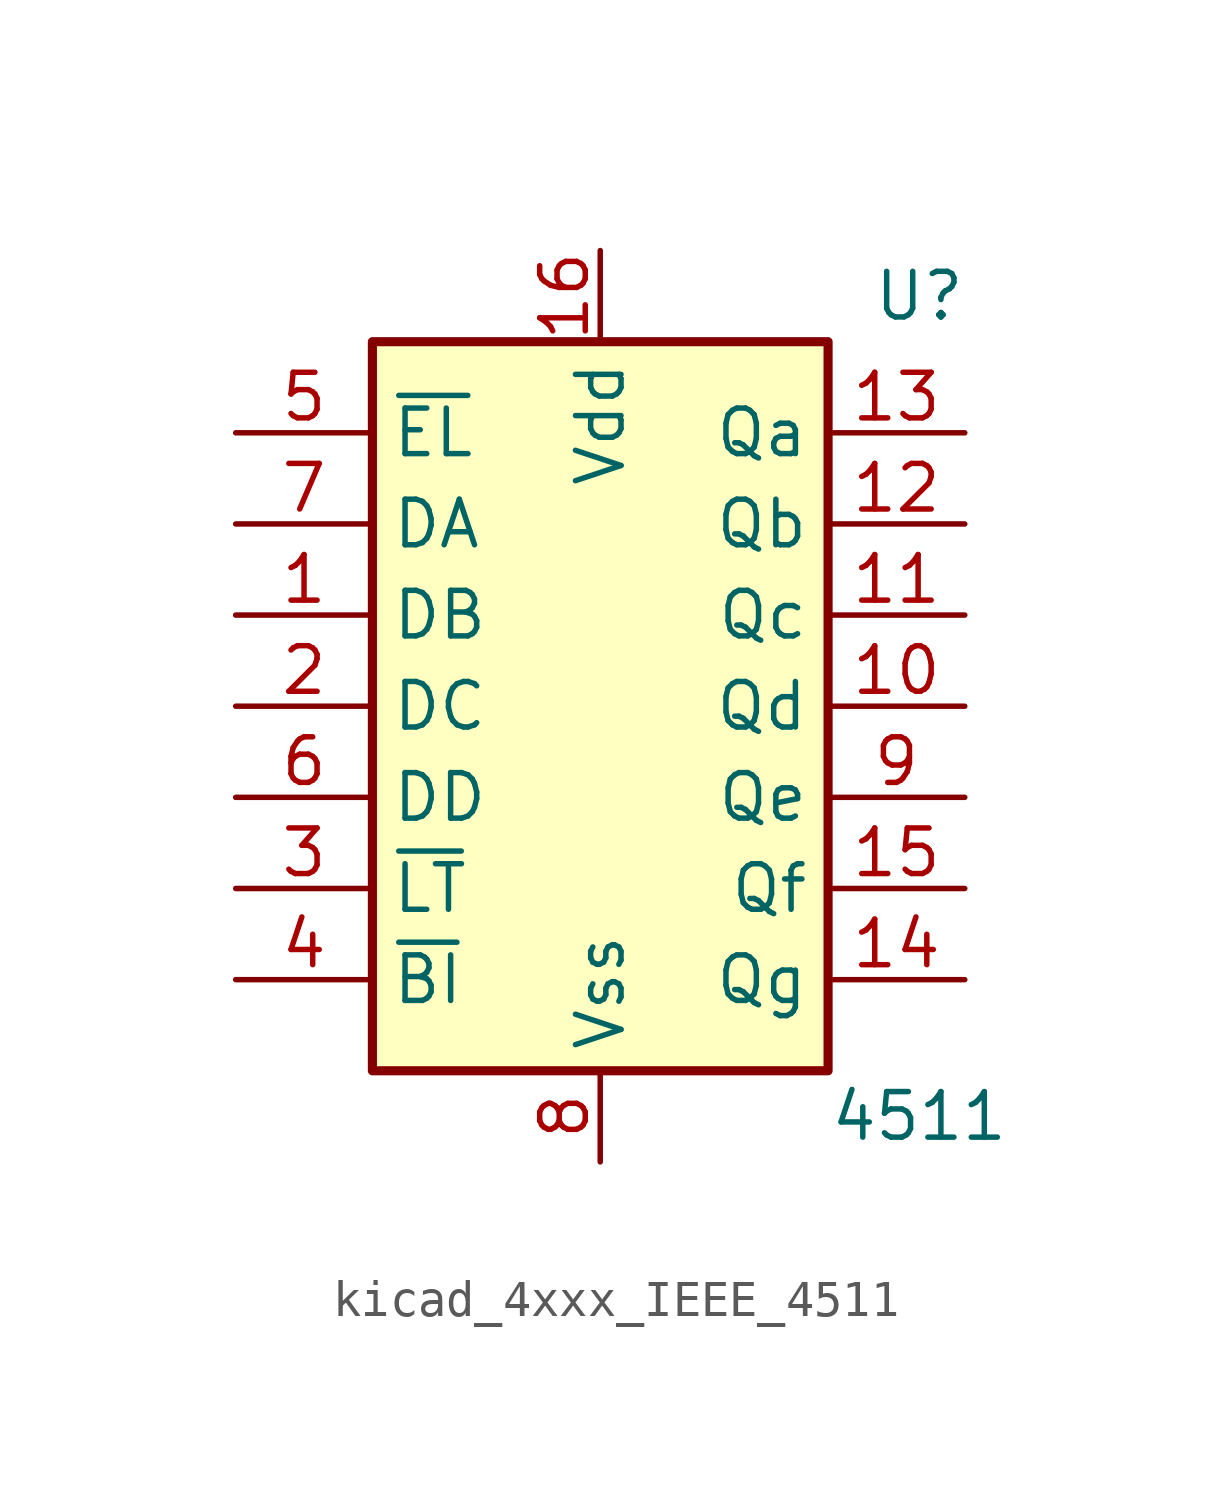
<source format=kicad_sym>
(kicad_symbol_lib
  (version 20220914)
  (generator kicad_symbol_editor)
  (symbol "kicad_4xxx_IEEE_4511"
    (property "Reference" "U"
      (at 8.89 11.43 0)
      (effects (font (size 1.27 1.27))))
    (property "Value" "4511"
      (at 8.89 -11.43 0)
      (effects (font (size 1.27 1.27))))
    (symbol "kicad_4xxx_IEEE_4511_0_1"
      (rectangle (start -6.35 10.16) (end 6.35 -10.16) (stroke (width 0.254) (type default)) (fill (type background))))
    (symbol "kicad_4xxx_IEEE_4511_1_1"
      (pin input line (at -10.16 2.54 0) (length 3.81) (name "DB" (effects (font (size 1.27 1.27)))) (number "1" (effects (font (size 1.27 1.27)))))
      (pin output line (at 10.16 0 180) (length 3.81) (name "Qd" (effects (font (size 1.27 1.27)))) (number "10" (effects (font (size 1.27 1.27)))))
      (pin output line (at 10.16 2.54 180) (length 3.81) (name "Qc" (effects (font (size 1.27 1.27)))) (number "11" (effects (font (size 1.27 1.27)))))
      (pin output line (at 10.16 5.08 180) (length 3.81) (name "Qb" (effects (font (size 1.27 1.27)))) (number "12" (effects (font (size 1.27 1.27)))))
      (pin output line (at 10.16 7.62 180) (length 3.81) (name "Qa" (effects (font (size 1.27 1.27)))) (number "13" (effects (font (size 1.27 1.27)))))
      (pin output line (at 10.16 -7.62 180) (length 3.81) (name "Qg" (effects (font (size 1.27 1.27)))) (number "14" (effects (font (size 1.27 1.27)))))
      (pin output line (at 10.16 -5.08 180) (length 3.81) (name "Qf" (effects (font (size 1.27 1.27)))) (number "15" (effects (font (size 1.27 1.27)))))
      (pin power_in line (at 0 12.7 270) (length 2.54) (name "Vdd" (effects (font (size 1.27 1.27)))) (number "16" (effects (font (size 1.27 1.27)))))
      (pin input line (at -10.16 0 0) (length 3.81) (name "DC" (effects (font (size 1.27 1.27)))) (number "2" (effects (font (size 1.27 1.27)))))
      (pin input line (at -10.16 -5.08 0) (length 3.81) (name "~{LT}" (effects (font (size 1.27 1.27)))) (number "3" (effects (font (size 1.27 1.27)))))
      (pin input line (at -10.16 -7.62 0) (length 3.81) (name "~{BI}" (effects (font (size 1.27 1.27)))) (number "4" (effects (font (size 1.27 1.27)))))
      (pin input line (at -10.16 7.62 0) (length 3.81) (name "~{EL}" (effects (font (size 1.27 1.27)))) (number "5" (effects (font (size 1.27 1.27)))))
      (pin input line (at -10.16 -2.54 0) (length 3.81) (name "DD" (effects (font (size 1.27 1.27)))) (number "6" (effects (font (size 1.27 1.27)))))
      (pin input line (at -10.16 5.08 0) (length 3.81) (name "DA" (effects (font (size 1.27 1.27)))) (number "7" (effects (font (size 1.27 1.27)))))
      (pin power_in line (at 0 -12.7 90) (length 2.54) (name "Vss" (effects (font (size 1.27 1.27)))) (number "8" (effects (font (size 1.27 1.27)))))
      (pin output line (at 10.16 -2.54 180) (length 3.81) (name "Qe" (effects (font (size 1.27 1.27)))) (number "9" (effects (font (size 1.27 1.27))))))))
</source>
